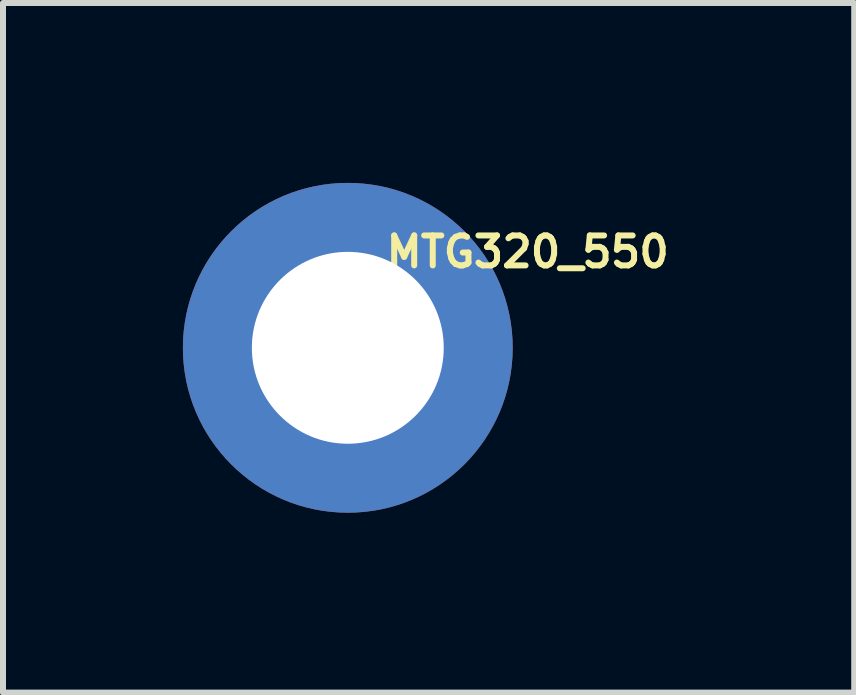
<source format=kicad_pcb>
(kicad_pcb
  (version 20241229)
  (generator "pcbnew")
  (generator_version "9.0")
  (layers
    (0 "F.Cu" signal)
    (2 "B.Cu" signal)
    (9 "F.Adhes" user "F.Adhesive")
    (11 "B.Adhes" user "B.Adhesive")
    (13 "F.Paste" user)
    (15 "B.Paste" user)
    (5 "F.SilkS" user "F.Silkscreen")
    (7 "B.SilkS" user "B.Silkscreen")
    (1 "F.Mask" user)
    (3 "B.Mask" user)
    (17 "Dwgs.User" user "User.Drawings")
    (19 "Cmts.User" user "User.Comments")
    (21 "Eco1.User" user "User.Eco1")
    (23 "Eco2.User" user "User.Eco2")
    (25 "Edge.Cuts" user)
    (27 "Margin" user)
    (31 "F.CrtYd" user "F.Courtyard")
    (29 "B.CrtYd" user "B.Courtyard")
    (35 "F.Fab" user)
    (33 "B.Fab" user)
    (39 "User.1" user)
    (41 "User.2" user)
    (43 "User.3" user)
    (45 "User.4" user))
  (footprint "MTG320_550"
    (layer "F.Cu")
    (at 2.75 2.75)
    (property "Reference" "MTG320_550" (at 3 -1.6 0) (layer "F.SilkS") (effects (font (size 0.5 0.5) (thickness 0.1))))
    (attr through_hole)
    (pad "1" thru_hole circle (at 0 0) (size 5.5 5.5) (drill 3.2) (layers "*.Cu" "*.Mask")))
  (gr_rect
    (start -3 -3)
    (end 11.195 8.5)
    (stroke (width 0.1) (type default))
    (fill no)
    (layer "Edge.Cuts")))
</source>
